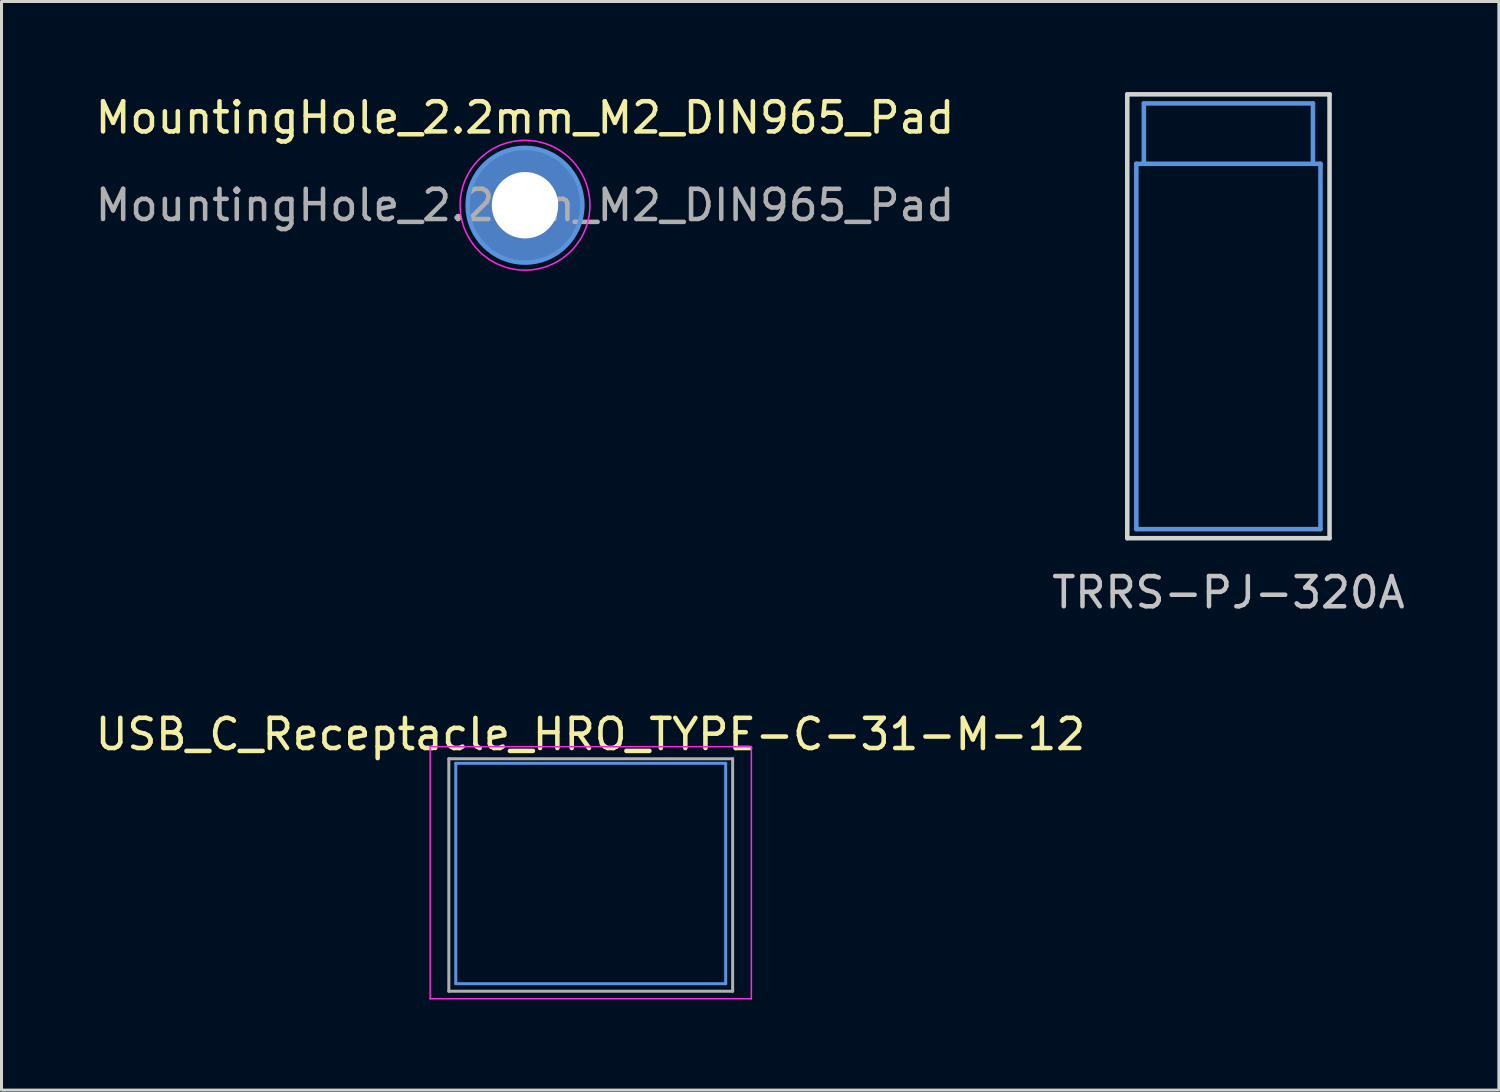
<source format=kicad_pcb>
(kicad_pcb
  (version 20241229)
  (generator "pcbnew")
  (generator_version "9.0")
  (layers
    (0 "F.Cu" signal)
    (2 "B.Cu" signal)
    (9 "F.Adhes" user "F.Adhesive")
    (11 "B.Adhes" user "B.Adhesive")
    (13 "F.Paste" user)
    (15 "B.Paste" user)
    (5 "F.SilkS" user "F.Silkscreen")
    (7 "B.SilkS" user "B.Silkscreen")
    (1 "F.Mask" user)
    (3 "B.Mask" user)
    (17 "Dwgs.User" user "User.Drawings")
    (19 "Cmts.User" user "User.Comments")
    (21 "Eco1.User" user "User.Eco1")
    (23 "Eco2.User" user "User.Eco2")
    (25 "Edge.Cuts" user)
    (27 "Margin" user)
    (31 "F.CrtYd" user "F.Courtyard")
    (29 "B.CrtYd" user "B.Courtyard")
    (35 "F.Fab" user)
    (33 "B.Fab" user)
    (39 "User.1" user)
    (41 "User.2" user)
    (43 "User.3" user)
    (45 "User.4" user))
  (footprint "TRRS-PJ-320A"
    (layer "F.Cu")
    (at 37.637 2.375)
    (property "Reference" "TRRS-PJ-320A" (at 0 14.2 0) (layer "Dwgs.User") (effects (font (size 1 1) (thickness 0.15))))
    (attr through_hole)
    (fp_line (start -3.05 0) (end -3.05 12.1) (stroke (width 0.15) (type solid)) (layer "Cmts.User"))
    (fp_line (start -2.8 0) (end -2.8 -2) (stroke (width 0.15) (type solid)) (layer "Cmts.User"))
    (fp_line (start 2.8 -2) (end -2.8 -2) (stroke (width 0.15) (type solid)) (layer "Cmts.User"))
    (fp_line (start 2.8 0) (end 2.8 -2) (stroke (width 0.15) (type solid)) (layer "Cmts.User"))
    (fp_line (start 3.05 0) (end -3.05 0) (stroke (width 0.15) (type solid)) (layer "Cmts.User"))
    (fp_line (start 3.05 0) (end 3.05 12.1) (stroke (width 0.15) (type solid)) (layer "Cmts.User"))
    (fp_line (start 3.05 12.1) (end -3.05 12.1) (stroke (width 0.15) (type solid)) (layer "Cmts.User"))
    (fp_line (start -3.35 -2.3) (end -3.35 12.4) (stroke (width 0.15) (type solid)) (layer "Edge.Cuts"))
    (fp_line (start -3.35 -2.3) (end 3.35 -2.3) (stroke (width 0.15) (type solid)) (layer "Edge.Cuts"))
    (fp_line (start -3.35 12.4) (end 3.35 12.4) (stroke (width 0.15) (type solid)) (layer "Edge.Cuts"))
    (fp_line (start 3.35 -2.3) (end 3.35 12.4) (stroke (width 0.15) (type solid)) (layer "Edge.Cuts")))
  (footprint "USB_C_Receptacle_HRO_TYPE-C-31-M-12"
    (layer "F.Cu")
    (at 16.516 25.881)
    (property "Reference" "USB_C_Receptacle_HRO_TYPE-C-31-M-12" (at -0.01 -4.61 180) (layer "F.SilkS") (effects (font (size 1 1) (thickness 0.15))))
    (attr smd)
    (fp_line (start -4.47 -3.65) (end -4.47 3.65) (stroke (width 0.1) (type solid)) (layer "Cmts.User"))
    (fp_line (start -4.47 -3.65) (end 4.47 -3.65) (stroke (width 0.1) (type solid)) (layer "Cmts.User"))
    (fp_line (start -4.47 3.65) (end 4.47 3.65) (stroke (width 0.1) (type solid)) (layer "Cmts.User"))
    (fp_line (start 4.47 -3.65) (end 4.47 3.65) (stroke (width 0.1) (type solid)) (layer "Cmts.User"))
    (fp_line (start -5.32 -4.2) (end -5.32 4.15) (stroke (width 0.05) (type solid)) (layer "F.CrtYd"))
    (fp_line (start -5.32 -4.2) (end 5.32 -4.2) (stroke (width 0.05) (type solid)) (layer "F.CrtYd"))
    (fp_line (start -5.32 4.15) (end 5.32 4.15) (stroke (width 0.05) (type solid)) (layer "F.CrtYd"))
    (fp_line (start 5.32 -4.2) (end 5.32 4.15) (stroke (width 0.05) (type solid)) (layer "F.CrtYd"))
    (fp_line (start -4.7 -3.8) (end -4.7 3.9) (stroke (width 0.1) (type solid)) (layer "F.Fab"))
    (fp_line (start -4.7 -3.8) (end 4.7 -3.8) (stroke (width 0.1) (type solid)) (layer "F.Fab"))
    (fp_line (start -4.7 3.9) (end 4.7 3.9) (stroke (width 0.1) (type solid)) (layer "F.Fab"))
    (fp_line (start 4.7 -3.8) (end 4.7 3.9) (stroke (width 0.1) (type solid)) (layer "F.Fab")))
  (footprint "MountingHole_2.2mm_M2_DIN965_Pad"
    (layer "F.Cu")
    (at 14.339 3.748)
    (property "Reference" "MountingHole_2.2mm_M2_DIN965_Pad" (at 0 -2.9 0) (layer "F.SilkS") (effects (font (size 1 1) (thickness 0.15))))
    (attr exclude_from_pos_files)
    (fp_circle (center 0 0) (end 1.9 0) (stroke (width 0.15) (type solid)) (fill no) (layer "Cmts.User"))
    (fp_circle (center 0 0) (end 2.15 0) (stroke (width 0.05) (type solid)) (fill no) (layer "F.CrtYd"))
    (fp_text user "${REFERENCE}" (at 0 0 0) (layer "F.Fab") (effects (font (size 1 1) (thickness 0.15))))
    (pad "1" thru_hole circle (at 0 0) (size 3.8 3.8) (drill 2.2) (layers "*.Cu" "*.Mask")))
  (gr_rect
    (start -3 -3)
    (end 46.595 33.056)
    (stroke (width 0.1) (type default))
    (fill no)
    (layer "Edge.Cuts")))
</source>
